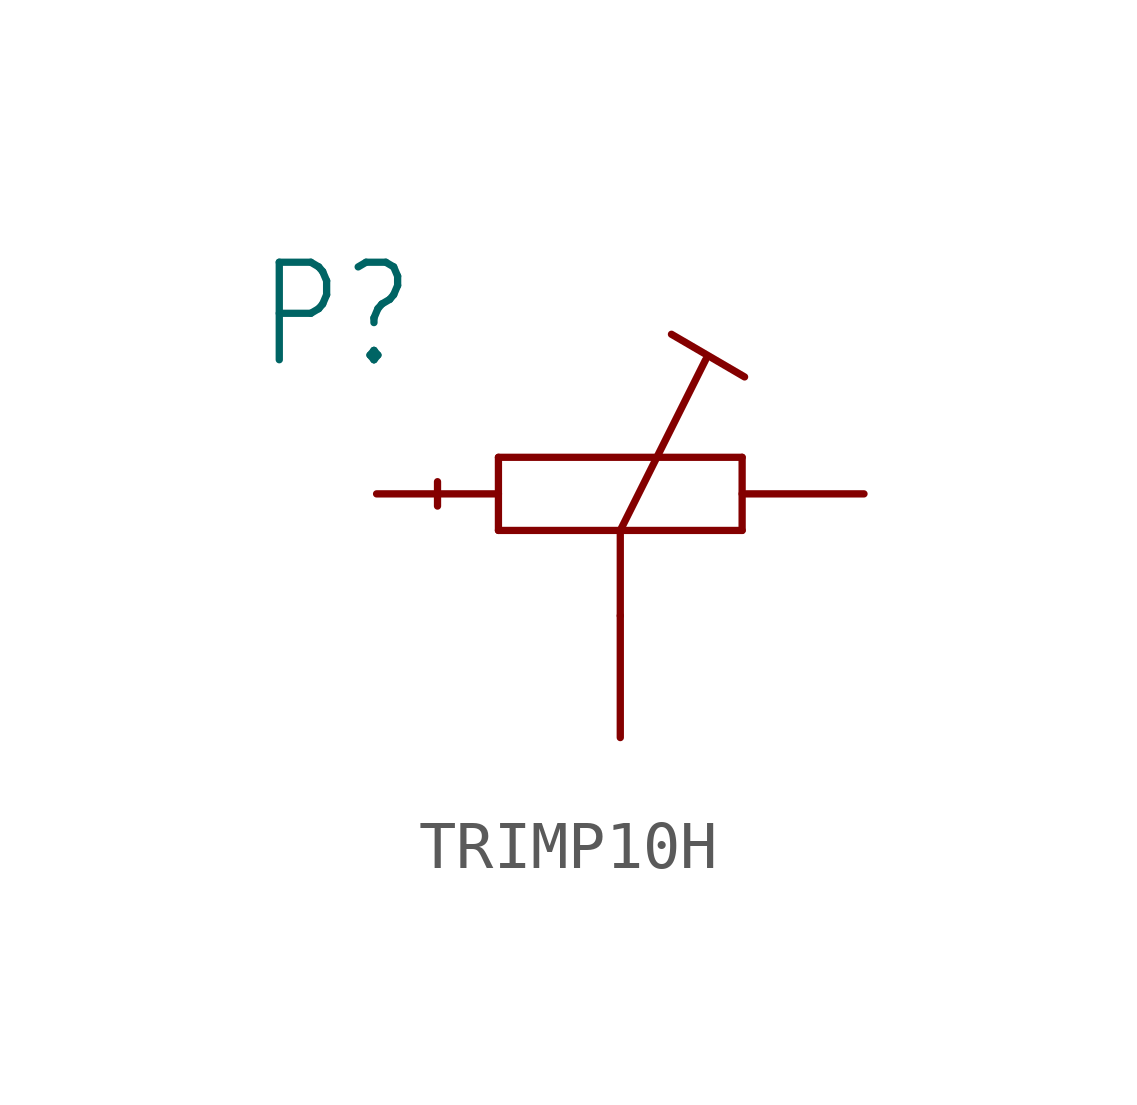
<source format=kicad_sym>
(kicad_symbol_lib
  (version 20241209)
  (generator "kicad_symbol_editor")
  (generator_version "9.0")
  (symbol "TRIMP10H"
    (property "Reference" "P"
      (at -7.62 2.54 0)
      (effects (font (size 2.032 1.727)) (justify left bottom)))
    (property "Value" ""
      (at -7.62 -5.08 0)
      (effects (font (size 2.032 1.727)) (justify left bottom)))
    (property "ki_locked" ""
      (at 0 0 0)
      (effects (font (size 1.27 1.27))))
    (symbol "TRIMP10H_1_0"
      (polyline (pts (xy -3.81 0.254) (xy -3.81 -0.254)) (stroke (width 0.152) (type solid)) (fill (type none)))
      (polyline (pts (xy -2.54 0.762) (xy -2.54 -0.762)) (stroke (width 0.152) (type solid)) (fill (type none)))
      (polyline (pts (xy -2.54 -0.762) (xy 0 -0.762)) (stroke (width 0.152) (type solid)) (fill (type none)))
      (polyline (pts (xy 0 -0.762) (xy 0 -2.54)) (stroke (width 0.152) (type solid)) (fill (type none)))
      (polyline (pts (xy 0 -0.762) (xy 1.778 2.794)) (stroke (width 0.152) (type solid)) (fill (type none)))
      (polyline (pts (xy 0 -0.762) (xy 2.54 -0.762)) (stroke (width 0.152) (type solid)) (fill (type none)))
      (polyline (pts (xy 2.54 0.762) (xy -2.54 0.762)) (stroke (width 0.152) (type solid)) (fill (type none)))
      (polyline (pts (xy 2.54 -0.762) (xy 2.54 0.762)) (stroke (width 0.152) (type solid)) (fill (type none)))
      (polyline (pts (xy 2.591 2.438) (xy 1.067 3.327)) (stroke (width 0.152) (type solid)) (fill (type none)))
      (pin passive line (at -5.08 0 0) (length 2.54) (name "A" (effects (font (size 0 0)))) (number "1" (effects (font (size 0 0)))))
      (pin passive line (at 0 -5.08 90) (length 2.54) (name "S" (effects (font (size 0 0)))) (number "2" (effects (font (size 0 0)))))
      (pin passive line (at 5.08 0 180) (length 2.54) (name "E" (effects (font (size 0 0)))) (number "3" (effects (font (size 0 0))))))))
</source>
